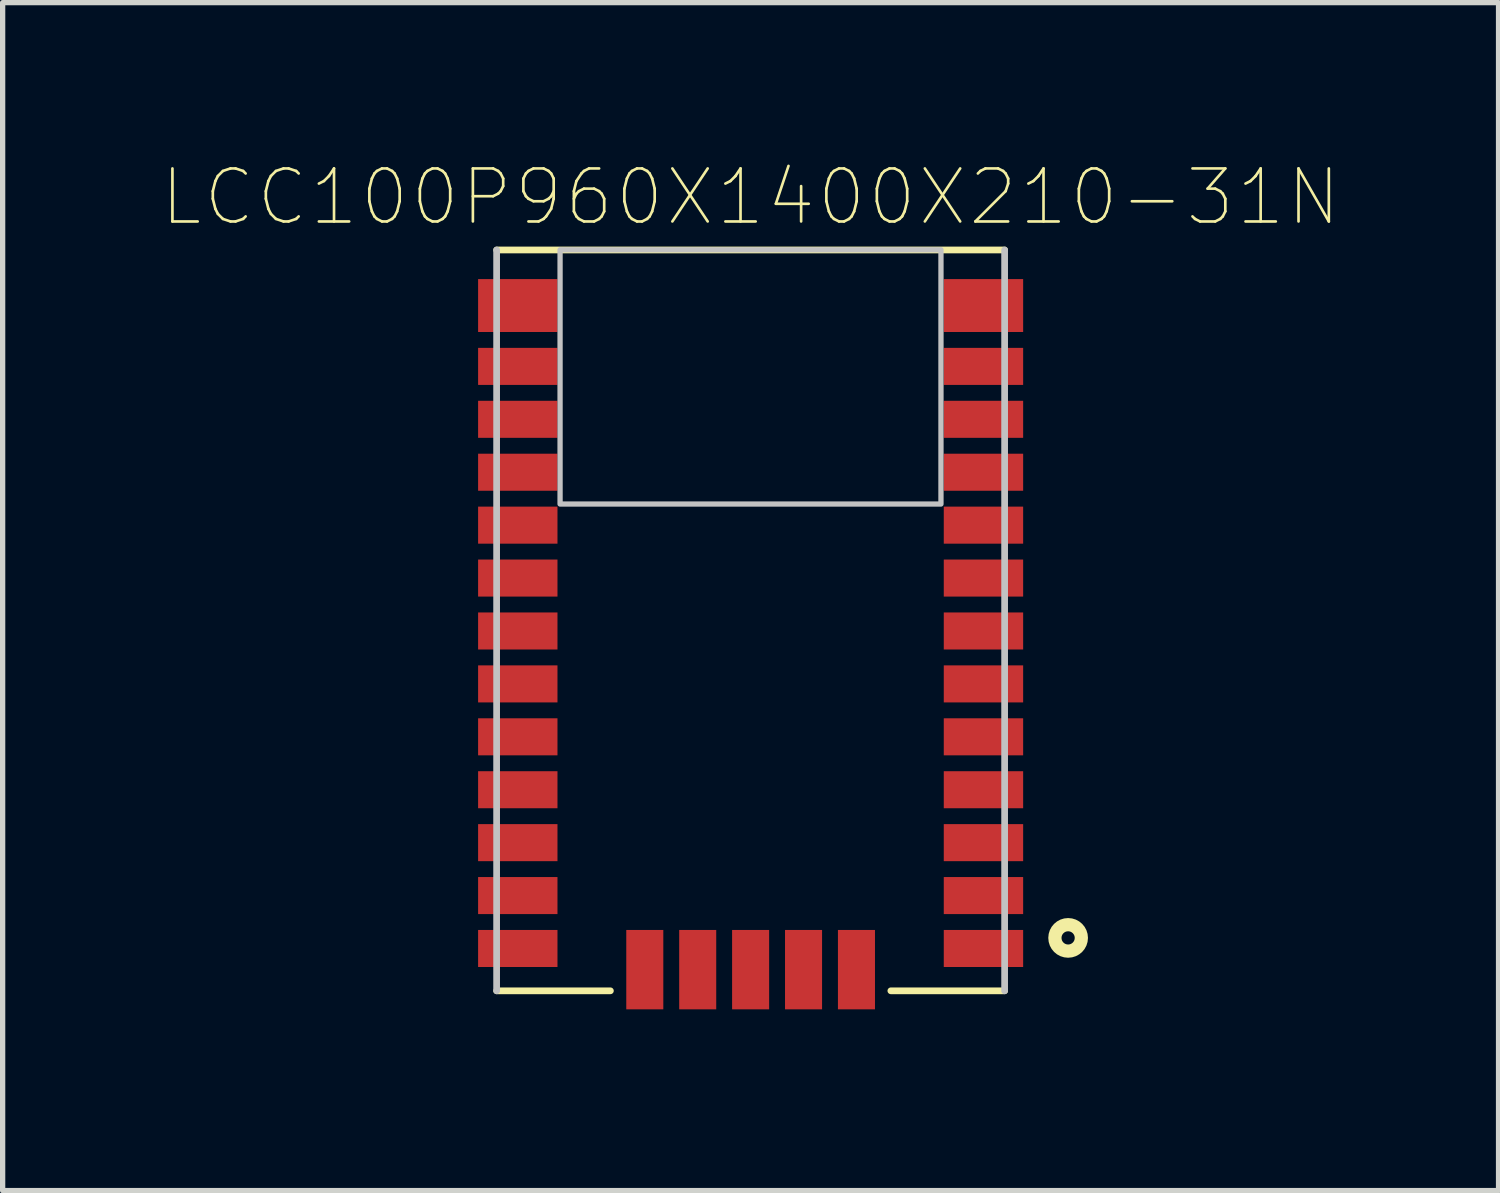
<source format=kicad_pcb>
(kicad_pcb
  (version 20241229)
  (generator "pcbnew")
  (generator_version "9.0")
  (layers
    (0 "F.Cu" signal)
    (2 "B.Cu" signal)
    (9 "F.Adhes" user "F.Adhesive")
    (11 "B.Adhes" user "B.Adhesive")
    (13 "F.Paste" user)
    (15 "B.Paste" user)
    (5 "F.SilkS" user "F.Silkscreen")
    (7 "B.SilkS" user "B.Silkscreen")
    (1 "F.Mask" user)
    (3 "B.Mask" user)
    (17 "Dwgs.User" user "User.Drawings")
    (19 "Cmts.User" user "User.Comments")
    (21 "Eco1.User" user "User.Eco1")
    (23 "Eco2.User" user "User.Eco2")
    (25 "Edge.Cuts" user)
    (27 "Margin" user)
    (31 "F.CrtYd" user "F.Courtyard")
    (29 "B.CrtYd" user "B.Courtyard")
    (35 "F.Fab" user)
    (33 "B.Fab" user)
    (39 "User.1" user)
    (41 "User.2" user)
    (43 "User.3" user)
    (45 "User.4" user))
  (footprint "LCC100P960X1400X210-31N"
    (layer "F.Cu")
    (at 11.135 8.674)
    (property "Reference" "LCC100P960X1400X210-31N" (at 0 -8 0) (layer "F.SilkS") (effects (font (size 1.002 1.002) (thickness 0.05))))
    (attr smd)
    (fp_line (start -4.8 -7) (end 4.8 -7) (stroke (width 0.127) (type solid)) (layer "F.SilkS"))
    (fp_line (start -2.65 7) (end -4.8 7) (stroke (width 0.127) (type solid)) (layer "F.SilkS"))
    (fp_line (start 4.8 7) (end 2.65 7) (stroke (width 0.127) (type solid)) (layer "F.SilkS"))
    (fp_circle (center 6 6) (end 6.25 6) (stroke (width 0.25) (type solid)) (fill no) (layer "F.SilkS"))
    (fp_line (start -4.8 7) (end -4.8 -7) (stroke (width 0.127) (type solid)) (layer "Dwgs.User"))
    (fp_line (start 4.8 -7) (end 4.8 7) (stroke (width 0.127) (type solid)) (layer "Dwgs.User"))
    (fp_poly (pts (xy -3.601 -2.199) (xy -3.601 -7.003) (xy 3.597 -7.003) (xy 3.597 -2.199)) (stroke (width 0.1) (type solid)) (fill no) (layer "Dwgs.User"))
    (fp_line (start -5.5 -7.25) (end 5.5 -7.25) (stroke (width 0.05) (type solid)) (layer "Eco1.User"))
    (fp_line (start -5.5 7.75) (end -5.5 -7.25) (stroke (width 0.05) (type solid)) (layer "Eco1.User"))
    (fp_line (start 5.5 -7.25) (end 5.5 7.75) (stroke (width 0.05) (type solid)) (layer "Eco1.User"))
    (fp_line (start 5.5 7.75) (end -5.5 7.75) (stroke (width 0.05) (type solid)) (layer "Eco1.User"))
    (pad "1" smd rect (at 4.4 6.2 180) (size 1.5 0.7) (layers "F.Cu" "F.Mask" "F.Paste"))
    (pad "2" smd rect (at 4.4 5.2 180) (size 1.5 0.7) (layers "F.Cu" "F.Mask" "F.Paste"))
    (pad "3" smd rect (at 4.4 4.2 180) (size 1.5 0.7) (layers "F.Cu" "F.Mask" "F.Paste"))
    (pad "4" smd rect (at 4.4 3.2 180) (size 1.5 0.7) (layers "F.Cu" "F.Mask" "F.Paste"))
    (pad "5" smd rect (at 4.4 2.2 180) (size 1.5 0.7) (layers "F.Cu" "F.Mask" "F.Paste"))
    (pad "6" smd rect (at 4.4 1.2 180) (size 1.5 0.7) (layers "F.Cu" "F.Mask" "F.Paste"))
    (pad "7" smd rect (at 4.4 0.2 180) (size 1.5 0.7) (layers "F.Cu" "F.Mask" "F.Paste"))
    (pad "8" smd rect (at 4.4 -0.8 180) (size 1.5 0.7) (layers "F.Cu" "F.Mask" "F.Paste"))
    (pad "9" smd rect (at 4.4 -1.8 180) (size 1.5 0.7) (layers "F.Cu" "F.Mask" "F.Paste"))
    (pad "10" smd rect (at 4.4 -2.8 180) (size 1.5 0.7) (layers "F.Cu" "F.Mask" "F.Paste"))
    (pad "11" smd rect (at 4.4 -3.8 180) (size 1.5 0.7) (layers "F.Cu" "F.Mask" "F.Paste"))
    (pad "12" smd rect (at 4.4 -4.8 180) (size 1.5 0.7) (layers "F.Cu" "F.Mask" "F.Paste"))
    (pad "13" smd rect (at 4.4 -5.95 180) (size 1.5 1) (layers "F.Cu" "F.Mask" "F.Paste"))
    (pad "14" smd rect (at -4.4 -5.95 180) (size 1.5 1) (layers "F.Cu" "F.Mask" "F.Paste"))
    (pad "15" smd rect (at -4.4 -4.8 180) (size 1.5 0.7) (layers "F.Cu" "F.Mask" "F.Paste"))
    (pad "16" smd rect (at -4.4 -3.8 180) (size 1.5 0.7) (layers "F.Cu" "F.Mask" "F.Paste"))
    (pad "17" smd rect (at -4.4 -2.8 180) (size 1.5 0.7) (layers "F.Cu" "F.Mask" "F.Paste"))
    (pad "18" smd rect (at -4.4 -1.8 180) (size 1.5 0.7) (layers "F.Cu" "F.Mask" "F.Paste"))
    (pad "19" smd rect (at -4.4 -0.8 180) (size 1.5 0.7) (layers "F.Cu" "F.Mask" "F.Paste"))
    (pad "20" smd rect (at -4.4 0.2 180) (size 1.5 0.7) (layers "F.Cu" "F.Mask" "F.Paste"))
    (pad "21" smd rect (at -4.4 1.2 180) (size 1.5 0.7) (layers "F.Cu" "F.Mask" "F.Paste"))
    (pad "22" smd rect (at -4.4 2.2 180) (size 1.5 0.7) (layers "F.Cu" "F.Mask" "F.Paste"))
    (pad "23" smd rect (at -4.4 3.2 180) (size 1.5 0.7) (layers "F.Cu" "F.Mask" "F.Paste"))
    (pad "24" smd rect (at -4.4 4.2 180) (size 1.5 0.7) (layers "F.Cu" "F.Mask" "F.Paste"))
    (pad "25" smd rect (at -4.4 5.2 180) (size 1.5 0.7) (layers "F.Cu" "F.Mask" "F.Paste"))
    (pad "26" smd rect (at -4.4 6.2 180) (size 1.5 0.7) (layers "F.Cu" "F.Mask" "F.Paste"))
    (pad "27" smd rect (at -2 6.6 90) (size 1.5 0.7) (layers "F.Cu" "F.Mask" "F.Paste"))
    (pad "28" smd rect (at -1 6.6 90) (size 1.5 0.7) (layers "F.Cu" "F.Mask" "F.Paste"))
    (pad "29" smd rect (at 0 6.6 90) (size 1.5 0.7) (layers "F.Cu" "F.Mask" "F.Paste"))
    (pad "30" smd rect (at 1 6.6 90) (size 1.5 0.7) (layers "F.Cu" "F.Mask" "F.Paste"))
    (pad "31" smd rect (at 2 6.6 90) (size 1.5 0.7) (layers "F.Cu" "F.Mask" "F.Paste")))
  (gr_rect
    (start -3 -3)
    (end 25.269 19.449)
    (stroke (width 0.1) (type default))
    (fill no)
    (layer "Edge.Cuts")))
</source>
